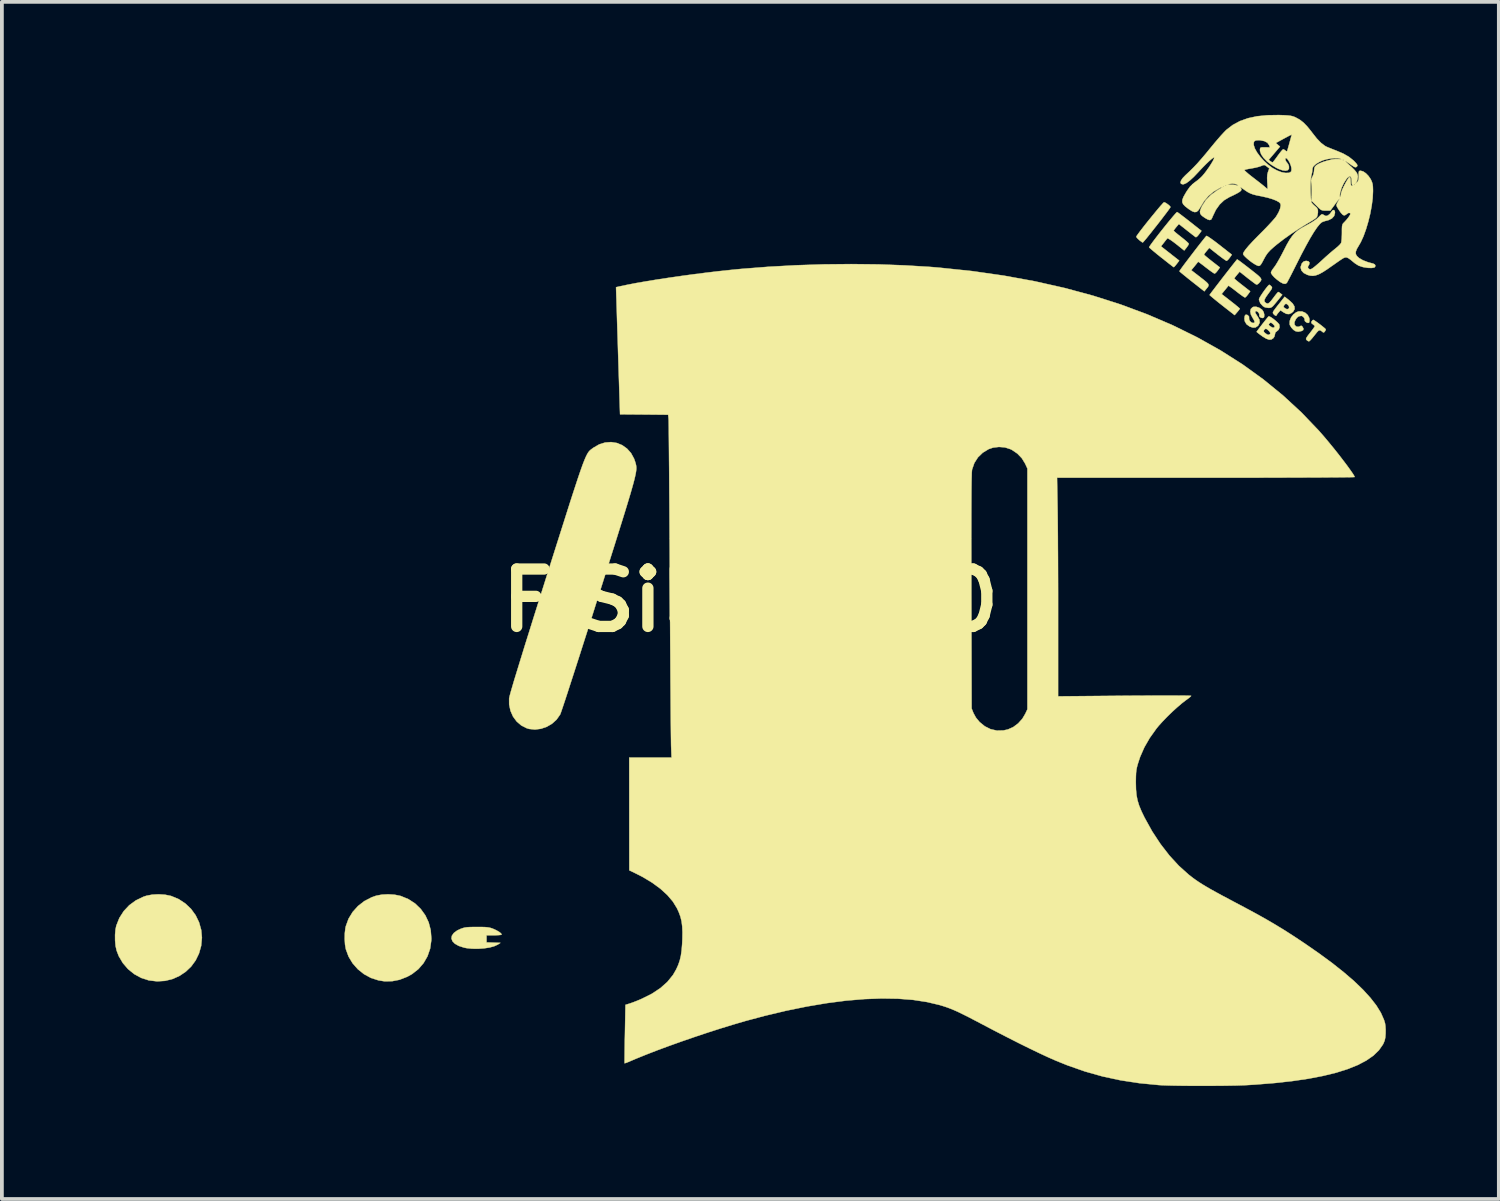
<source format=kicad_pcb>
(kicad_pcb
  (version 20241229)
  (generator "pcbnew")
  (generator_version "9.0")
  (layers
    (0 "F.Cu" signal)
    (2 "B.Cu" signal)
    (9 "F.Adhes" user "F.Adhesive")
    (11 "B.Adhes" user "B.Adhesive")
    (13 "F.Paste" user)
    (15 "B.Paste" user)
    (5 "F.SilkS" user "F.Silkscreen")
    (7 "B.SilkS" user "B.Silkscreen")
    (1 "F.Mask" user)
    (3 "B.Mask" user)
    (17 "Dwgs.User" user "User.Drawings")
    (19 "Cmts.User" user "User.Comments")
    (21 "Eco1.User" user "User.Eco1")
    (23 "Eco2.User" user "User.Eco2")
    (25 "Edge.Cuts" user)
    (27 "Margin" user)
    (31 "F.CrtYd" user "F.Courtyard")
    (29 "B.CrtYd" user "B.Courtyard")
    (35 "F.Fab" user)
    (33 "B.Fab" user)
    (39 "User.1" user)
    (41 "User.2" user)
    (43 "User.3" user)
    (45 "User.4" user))
  (footprint "F.SilkS_g20"
    (layer "F.Cu")
    (at 16.874 12.893)
    (property "Reference" "F.SilkS_g20" (at 0 0 0) (layer "F.SilkS") (effects (font (size 1.524 1.524) (thickness 0.3))))
    (attr through_hole)
    (fp_poly (pts (xy 11.018 -10.561) (xy 11.066 -10.531) (xy 11.114 -10.494) (xy 11.147 -10.46) (xy 11.154 -10.446) (xy 11.142 -10.424) (xy 11.107 -10.375) (xy 11.054 -10.303) (xy 10.987 -10.215) (xy 10.91 -10.114) (xy 10.827 -10.007) (xy 10.741 -9.898) (xy 10.658 -9.793) (xy 10.581 -9.696) (xy 10.515 -9.614) (xy 10.462 -9.552) (xy 10.428 -9.513) (xy 10.417 -9.504) (xy 10.394 -9.516) (xy 10.35 -9.548) (xy 10.324 -9.569) (xy 10.278 -9.612) (xy 10.25 -9.647) (xy 10.246 -9.659) (xy 10.26 -9.684) (xy 10.296 -9.735) (xy 10.35 -9.808) (xy 10.419 -9.897) (xy 10.498 -9.998) (xy 10.583 -10.104) (xy 10.669 -10.21) (xy 10.753 -10.312) (xy 10.829 -10.404) (xy 10.895 -10.481) (xy 10.946 -10.538) (xy 10.977 -10.569) (xy 10.984 -10.573) (xy 11.018 -10.561)) (stroke (width 0.01) (type solid)) (fill yes) (layer "F.SilkS"))
    (fp_poly (pts (xy 14.309 -7.967) (xy 14.398 -7.884) (xy 14.445 -7.807) (xy 14.45 -7.737) (xy 14.413 -7.671) (xy 14.367 -7.632) (xy 14.302 -7.603) (xy 14.233 -7.609) (xy 14.152 -7.652) (xy 14.074 -7.705) (xy 14.023 -7.646) (xy 13.989 -7.604) (xy 13.971 -7.575) (xy 13.971 -7.572) (xy 13.957 -7.557) (xy 13.926 -7.571) (xy 13.897 -7.598) (xy 13.881 -7.617) (xy 13.873 -7.635) (xy 13.877 -7.658) (xy 13.896 -7.693) (xy 13.933 -7.744) (xy 13.985 -7.811) (xy 14.155 -7.811) (xy 14.161 -7.787) (xy 14.188 -7.763) (xy 14.242 -7.734) (xy 14.284 -7.74) (xy 14.305 -7.777) (xy 14.295 -7.821) (xy 14.265 -7.854) (xy 14.228 -7.878) (xy 14.204 -7.872) (xy 14.179 -7.845) (xy 14.155 -7.811) (xy 13.985 -7.811) (xy 13.991 -7.819) (xy 14.039 -7.879) (xy 14.185 -8.064) (xy 14.309 -7.967)) (stroke (width 0.01) (type solid)) (fill yes) (layer "F.SilkS"))
    (fp_poly (pts (xy -15.542 7.813) (xy -15.386 7.845) (xy -15.377 7.848) (xy -15.18 7.93) (xy -15.004 8.046) (xy -14.852 8.19) (xy -14.729 8.359) (xy -14.638 8.548) (xy -14.581 8.752) (xy -14.563 8.954) (xy -14.583 9.17) (xy -14.64 9.372) (xy -14.729 9.556) (xy -14.848 9.719) (xy -14.993 9.857) (xy -15.159 9.969) (xy -15.344 10.051) (xy -15.543 10.1) (xy -15.753 10.113) (xy -15.97 10.087) (xy -15.976 10.086) (xy -16.176 10.021) (xy -16.361 9.92) (xy -16.525 9.787) (xy -16.663 9.626) (xy -16.771 9.443) (xy -16.828 9.295) (xy -16.855 9.173) (xy -16.868 9.028) (xy -16.869 8.877) (xy -16.857 8.736) (xy -16.836 8.635) (xy -16.755 8.431) (xy -16.639 8.249) (xy -16.492 8.092) (xy -16.317 7.964) (xy -16.118 7.868) (xy -16.034 7.84) (xy -15.883 7.811) (xy -15.714 7.802) (xy -15.542 7.813)) (stroke (width 0.01) (type solid)) (fill yes) (layer "F.SilkS"))
    (fp_poly (pts (xy -7.134 8.67) (xy -7.04 8.673) (xy -6.97 8.68) (xy -6.914 8.69) (xy -6.862 8.706) (xy -6.833 8.717) (xy -6.744 8.758) (xy -6.671 8.8) (xy -6.621 8.84) (xy -6.604 8.87) (xy -6.624 8.879) (xy -6.676 8.885) (xy -6.753 8.889) (xy -6.805 8.89) (xy -7.006 8.89) (xy -7.006 9.079) (xy -6.821 9.085) (xy -6.636 9.091) (xy -6.709 9.138) (xy -6.803 9.181) (xy -6.928 9.215) (xy -7.074 9.237) (xy -7.231 9.248) (xy -7.388 9.246) (xy -7.535 9.231) (xy -7.607 9.216) (xy -7.745 9.171) (xy -7.847 9.113) (xy -7.911 9.047) (xy -7.937 8.974) (xy -7.925 8.901) (xy -7.874 8.829) (xy -7.784 8.762) (xy -7.694 8.72) (xy -7.638 8.7) (xy -7.586 8.686) (xy -7.526 8.677) (xy -7.449 8.672) (xy -7.346 8.67) (xy -7.26 8.67) (xy -7.134 8.67)) (stroke (width 0.01) (type solid)) (fill yes) (layer "F.SilkS"))
    (fp_poly (pts (xy -9.446 7.813) (xy -9.29 7.845) (xy -9.281 7.848) (xy -9.08 7.931) (xy -8.903 8.046) (xy -8.753 8.191) (xy -8.631 8.36) (xy -8.542 8.549) (xy -8.488 8.756) (xy -8.471 8.975) (xy -8.473 9.028) (xy -8.504 9.246) (xy -8.574 9.448) (xy -8.679 9.63) (xy -8.817 9.789) (xy -8.986 9.921) (xy -9.112 9.991) (xy -9.317 10.071) (xy -9.517 10.11) (xy -9.721 10.111) (xy -9.876 10.086) (xy -10.075 10.022) (xy -10.259 9.922) (xy -10.423 9.791) (xy -10.562 9.633) (xy -10.669 9.455) (xy -10.741 9.26) (xy -10.741 9.26) (xy -10.763 9.135) (xy -10.772 8.988) (xy -10.769 8.837) (xy -10.753 8.7) (xy -10.741 8.647) (xy -10.669 8.45) (xy -10.56 8.271) (xy -10.419 8.114) (xy -10.251 7.983) (xy -10.058 7.883) (xy -9.938 7.84) (xy -9.787 7.811) (xy -9.618 7.802) (xy -9.446 7.813)) (stroke (width 0.01) (type solid)) (fill yes) (layer "F.SilkS"))
    (fp_poly (pts (xy 14.971 -7.438) (xy 15.018 -7.406) (xy 15.08 -7.362) (xy 15.146 -7.312) (xy 15.207 -7.263) (xy 15.254 -7.224) (xy 15.277 -7.2) (xy 15.277 -7.199) (xy 15.271 -7.173) (xy 15.253 -7.143) (xy 15.227 -7.115) (xy 15.202 -7.121) (xy 15.184 -7.136) (xy 15.146 -7.165) (xy 15.115 -7.175) (xy 15.083 -7.162) (xy 15.044 -7.123) (xy 14.988 -7.053) (xy 14.976 -7.038) (xy 14.921 -6.969) (xy 14.873 -6.915) (xy 14.839 -6.884) (xy 14.83 -6.879) (xy 14.796 -6.893) (xy 14.77 -6.914) (xy 14.756 -6.932) (xy 14.755 -6.954) (xy 14.771 -6.986) (xy 14.806 -7.037) (xy 14.861 -7.107) (xy 14.915 -7.177) (xy 14.957 -7.235) (xy 14.982 -7.273) (xy 14.986 -7.282) (xy 14.97 -7.303) (xy 14.933 -7.333) (xy 14.897 -7.363) (xy 14.894 -7.393) (xy 14.902 -7.409) (xy 14.928 -7.442) (xy 14.946 -7.451) (xy 14.971 -7.438)) (stroke (width 0.01) (type solid)) (fill yes) (layer "F.SilkS"))
    (fp_poly (pts (xy 14.648 -7.673) (xy 14.731 -7.639) (xy 14.798 -7.579) (xy 14.838 -7.501) (xy 14.845 -7.449) (xy 14.841 -7.4) (xy 14.831 -7.373) (xy 14.802 -7.369) (xy 14.762 -7.384) (xy 14.728 -7.41) (xy 14.717 -7.437) (xy 14.718 -7.438) (xy 14.714 -7.48) (xy 14.686 -7.524) (xy 14.645 -7.553) (xy 14.627 -7.556) (xy 14.562 -7.546) (xy 14.512 -7.508) (xy 14.476 -7.458) (xy 14.445 -7.385) (xy 14.448 -7.323) (xy 14.482 -7.281) (xy 14.51 -7.269) (xy 14.566 -7.268) (xy 14.595 -7.282) (xy 14.625 -7.296) (xy 14.652 -7.276) (xy 14.658 -7.269) (xy 14.686 -7.216) (xy 14.676 -7.178) (xy 14.635 -7.154) (xy 14.545 -7.136) (xy 14.478 -7.148) (xy 14.418 -7.186) (xy 14.362 -7.247) (xy 14.324 -7.313) (xy 14.318 -7.335) (xy 14.321 -7.424) (xy 14.356 -7.514) (xy 14.417 -7.594) (xy 14.494 -7.652) (xy 14.557 -7.675) (xy 14.648 -7.673)) (stroke (width 0.01) (type solid)) (fill yes) (layer "F.SilkS"))
    (fp_poly (pts (xy 13.803 -8.368) (xy 13.831 -8.341) (xy 13.847 -8.321) (xy 13.85 -8.299) (xy 13.838 -8.269) (xy 13.807 -8.222) (xy 13.754 -8.15) (xy 13.749 -8.143) (xy 13.687 -8.056) (xy 13.654 -7.994) (xy 13.646 -7.949) (xy 13.665 -7.917) (xy 13.699 -7.893) (xy 13.727 -7.883) (xy 13.754 -7.889) (xy 13.787 -7.914) (xy 13.832 -7.964) (xy 13.893 -8.044) (xy 13.906 -8.062) (xy 13.954 -8.124) (xy 13.992 -8.169) (xy 14.014 -8.19) (xy 14.015 -8.191) (xy 14.04 -8.179) (xy 14.075 -8.154) (xy 14.122 -8.116) (xy 13.982 -7.942) (xy 13.918 -7.865) (xy 13.873 -7.814) (xy 13.839 -7.786) (xy 13.807 -7.772) (xy 13.771 -7.768) (xy 13.752 -7.768) (xy 13.662 -7.783) (xy 13.607 -7.816) (xy 13.539 -7.892) (xy 13.507 -7.973) (xy 13.504 -7.998) (xy 13.516 -8.03) (xy 13.547 -8.083) (xy 13.591 -8.15) (xy 13.641 -8.222) (xy 13.692 -8.29) (xy 13.736 -8.345) (xy 13.768 -8.377) (xy 13.778 -8.382) (xy 13.803 -8.368)) (stroke (width 0.01) (type solid)) (fill yes) (layer "F.SilkS"))
    (fp_poly (pts (xy 13.433 -7.797) (xy 13.51 -7.772) (xy 13.577 -7.728) (xy 13.594 -7.711) (xy 13.628 -7.655) (xy 13.644 -7.588) (xy 13.64 -7.53) (xy 13.633 -7.515) (xy 13.602 -7.499) (xy 13.561 -7.506) (xy 13.525 -7.529) (xy 13.511 -7.561) (xy 13.513 -7.571) (xy 13.51 -7.611) (xy 13.482 -7.654) (xy 13.442 -7.681) (xy 13.427 -7.684) (xy 13.402 -7.67) (xy 13.409 -7.631) (xy 13.45 -7.565) (xy 13.463 -7.547) (xy 13.513 -7.459) (xy 13.522 -7.38) (xy 13.49 -7.31) (xy 13.474 -7.291) (xy 13.413 -7.249) (xy 13.343 -7.244) (xy 13.258 -7.273) (xy 13.254 -7.275) (xy 13.172 -7.335) (xy 13.126 -7.415) (xy 13.117 -7.487) (xy 13.127 -7.557) (xy 13.152 -7.588) (xy 13.194 -7.581) (xy 13.206 -7.574) (xy 13.24 -7.537) (xy 13.24 -7.499) (xy 13.244 -7.452) (xy 13.271 -7.408) (xy 13.311 -7.377) (xy 13.353 -7.366) (xy 13.386 -7.384) (xy 13.388 -7.387) (xy 13.384 -7.415) (xy 13.36 -7.464) (xy 13.336 -7.502) (xy 13.289 -7.592) (xy 13.273 -7.673) (xy 13.288 -7.74) (xy 13.333 -7.785) (xy 13.366 -7.798) (xy 13.433 -7.797)) (stroke (width 0.01) (type solid)) (fill yes) (layer "F.SilkS"))
    (fp_poly (pts (xy 13.783 -7.54) (xy 13.828 -7.516) (xy 13.885 -7.476) (xy 13.944 -7.428) (xy 13.997 -7.38) (xy 14.034 -7.339) (xy 14.045 -7.319) (xy 14.05 -7.249) (xy 14.023 -7.186) (xy 13.98 -7.15) (xy 13.938 -7.115) (xy 13.928 -7.066) (xy 13.913 -7.006) (xy 13.885 -6.964) (xy 13.833 -6.929) (xy 13.771 -6.925) (xy 13.695 -6.952) (xy 13.598 -7.01) (xy 13.582 -7.022) (xy 13.517 -7.07) (xy 13.468 -7.108) (xy 13.443 -7.13) (xy 13.442 -7.133) (xy 13.453 -7.152) (xy 13.627 -7.152) (xy 13.64 -7.124) (xy 13.67 -7.097) (xy 13.724 -7.059) (xy 13.763 -7.052) (xy 13.796 -7.074) (xy 13.807 -7.098) (xy 13.788 -7.132) (xy 13.765 -7.159) (xy 13.716 -7.203) (xy 13.682 -7.215) (xy 13.652 -7.195) (xy 13.64 -7.181) (xy 13.627 -7.152) (xy 13.453 -7.152) (xy 13.454 -7.152) (xy 13.486 -7.196) (xy 13.532 -7.257) (xy 13.587 -7.328) (xy 13.588 -7.33) (xy 13.762 -7.33) (xy 13.77 -7.307) (xy 13.801 -7.281) (xy 13.86 -7.245) (xy 13.901 -7.245) (xy 13.919 -7.264) (xy 13.915 -7.293) (xy 13.882 -7.333) (xy 13.875 -7.339) (xy 13.834 -7.371) (xy 13.809 -7.376) (xy 13.783 -7.358) (xy 13.782 -7.356) (xy 13.762 -7.33) (xy 13.588 -7.33) (xy 13.643 -7.4) (xy 13.694 -7.465) (xy 13.735 -7.516) (xy 13.759 -7.543) (xy 13.783 -7.54)) (stroke (width 0.01) (type solid)) (fill yes) (layer "F.SilkS"))
    (fp_poly (pts (xy 15.517 -10.338) (xy 15.522 -10.29) (xy 15.499 -10.209) (xy 15.44 -10.143) (xy 15.351 -10.099) (xy 15.337 -10.095) (xy 15.254 -10.073) (xy 15.2 -10.055) (xy 15.165 -10.037) (xy 15.136 -10.012) (xy 15.117 -9.993) (xy 15.047 -9.907) (xy 14.962 -9.782) (xy 14.864 -9.62) (xy 14.754 -9.422) (xy 14.631 -9.19) (xy 14.539 -9.008) (xy 14.468 -8.867) (xy 14.403 -8.737) (xy 14.345 -8.623) (xy 14.297 -8.532) (xy 14.263 -8.467) (xy 14.244 -8.434) (xy 14.242 -8.431) (xy 14.202 -8.406) (xy 14.145 -8.414) (xy 14.068 -8.455) (xy 14.063 -8.458) (xy 13.981 -8.519) (xy 13.909 -8.582) (xy 13.855 -8.642) (xy 13.825 -8.69) (xy 13.822 -8.705) (xy 13.835 -8.742) (xy 13.869 -8.797) (xy 13.905 -8.844) (xy 13.942 -8.896) (xy 13.992 -8.977) (xy 14.051 -9.08) (xy 14.113 -9.195) (xy 14.163 -9.292) (xy 14.244 -9.45) (xy 14.316 -9.575) (xy 14.384 -9.674) (xy 14.454 -9.755) (xy 14.533 -9.823) (xy 14.627 -9.886) (xy 14.742 -9.95) (xy 14.775 -9.967) (xy 14.913 -10.045) (xy 15.022 -10.119) (xy 15.085 -10.175) (xy 15.135 -10.226) (xy 15.166 -10.251) (xy 15.191 -10.253) (xy 15.22 -10.238) (xy 15.229 -10.232) (xy 15.274 -10.209) (xy 15.312 -10.213) (xy 15.338 -10.225) (xy 15.387 -10.265) (xy 15.423 -10.314) (xy 15.459 -10.36) (xy 15.494 -10.368) (xy 15.517 -10.338)) (stroke (width 0.01) (type solid)) (fill yes) (layer "F.SilkS"))
    (fp_poly (pts (xy 12.129 -9.673) (xy 12.177 -9.643) (xy 12.248 -9.594) (xy 12.336 -9.53) (xy 12.436 -9.453) (xy 12.454 -9.439) (xy 12.783 -9.181) (xy 12.726 -9.099) (xy 12.687 -9.051) (xy 12.654 -9.022) (xy 12.644 -9.017) (xy 12.62 -9.03) (xy 12.569 -9.064) (xy 12.499 -9.115) (xy 12.418 -9.177) (xy 12.402 -9.189) (xy 12.184 -9.362) (xy 12.114 -9.279) (xy 12.074 -9.23) (xy 12.049 -9.194) (xy 12.044 -9.184) (xy 12.06 -9.166) (xy 12.103 -9.129) (xy 12.167 -9.076) (xy 12.245 -9.014) (xy 12.255 -9.006) (xy 12.466 -8.842) (xy 12.408 -8.76) (xy 12.369 -8.712) (xy 12.336 -8.683) (xy 12.326 -8.679) (xy 12.301 -8.691) (xy 12.25 -8.725) (xy 12.181 -8.775) (xy 12.1 -8.837) (xy 12.097 -8.839) (xy 12.019 -8.9) (xy 11.954 -8.949) (xy 11.908 -8.982) (xy 11.888 -8.993) (xy 11.888 -8.993) (xy 11.873 -8.974) (xy 11.839 -8.931) (xy 11.795 -8.877) (xy 11.706 -8.769) (xy 11.947 -8.582) (xy 12.044 -8.507) (xy 12.11 -8.452) (xy 12.15 -8.411) (xy 12.165 -8.378) (xy 12.16 -8.347) (xy 12.137 -8.311) (xy 12.102 -8.269) (xy 12.053 -8.208) (xy 11.726 -8.466) (xy 11.625 -8.546) (xy 11.536 -8.618) (xy 11.464 -8.677) (xy 11.414 -8.719) (xy 11.392 -8.741) (xy 11.392 -8.742) (xy 11.403 -8.761) (xy 11.436 -8.808) (xy 11.487 -8.879) (xy 11.553 -8.967) (xy 11.629 -9.067) (xy 11.711 -9.175) (xy 11.795 -9.285) (xy 11.877 -9.391) (xy 11.954 -9.49) (xy 12.021 -9.574) (xy 12.074 -9.64) (xy 12.108 -9.68) (xy 12.129 -9.673)) (stroke (width 0.01) (type solid)) (fill yes) (layer "F.SilkS"))
    (fp_poly (pts (xy 11.353 -10.298) (xy 11.404 -10.261) (xy 11.476 -10.206) (xy 11.565 -10.138) (xy 11.664 -10.06) (xy 11.665 -10.06) (xy 11.977 -9.813) (xy 11.912 -9.723) (xy 11.871 -9.673) (xy 11.837 -9.647) (xy 11.824 -9.646) (xy 11.799 -9.664) (xy 11.748 -9.703) (xy 11.679 -9.757) (xy 11.597 -9.821) (xy 11.589 -9.828) (xy 11.377 -9.995) (xy 11.308 -9.915) (xy 11.269 -9.866) (xy 11.244 -9.829) (xy 11.239 -9.819) (xy 11.255 -9.8) (xy 11.298 -9.762) (xy 11.362 -9.709) (xy 11.44 -9.648) (xy 11.518 -9.586) (xy 11.582 -9.532) (xy 11.625 -9.491) (xy 11.641 -9.47) (xy 11.629 -9.44) (xy 11.598 -9.393) (xy 11.581 -9.369) (xy 11.519 -9.292) (xy 11.303 -9.464) (xy 11.222 -9.526) (xy 11.152 -9.575) (xy 11.1 -9.607) (xy 11.074 -9.618) (xy 11.072 -9.617) (xy 11.052 -9.592) (xy 11.014 -9.545) (xy 10.98 -9.501) (xy 10.902 -9.403) (xy 11.144 -9.213) (xy 11.386 -9.023) (xy 11.319 -8.935) (xy 11.279 -8.886) (xy 11.25 -8.855) (xy 11.24 -8.849) (xy 11.221 -8.862) (xy 11.174 -8.898) (xy 11.104 -8.952) (xy 11.018 -9.02) (xy 10.919 -9.098) (xy 10.911 -9.104) (xy 10.812 -9.183) (xy 10.725 -9.255) (xy 10.655 -9.314) (xy 10.607 -9.356) (xy 10.587 -9.376) (xy 10.587 -9.376) (xy 10.598 -9.399) (xy 10.631 -9.448) (xy 10.683 -9.519) (xy 10.75 -9.608) (xy 10.827 -9.708) (xy 10.91 -9.814) (xy 10.996 -9.922) (xy 11.08 -10.026) (xy 11.159 -10.122) (xy 11.227 -10.203) (xy 11.281 -10.265) (xy 11.317 -10.303) (xy 11.33 -10.312) (xy 11.353 -10.298)) (stroke (width 0.01) (type solid)) (fill yes) (layer "F.SilkS"))
    (fp_poly (pts (xy 12.941 -9.046) (xy 12.987 -9.014) (xy 13.056 -8.962) (xy 13.143 -8.896) (xy 13.242 -8.819) (xy 13.259 -8.806) (xy 13.374 -8.716) (xy 13.459 -8.648) (xy 13.516 -8.597) (xy 13.55 -8.558) (xy 13.564 -8.527) (xy 13.559 -8.499) (xy 13.54 -8.469) (xy 13.509 -8.432) (xy 13.505 -8.427) (xy 13.467 -8.395) (xy 13.436 -8.388) (xy 13.435 -8.388) (xy 13.409 -8.404) (xy 13.357 -8.442) (xy 13.287 -8.495) (xy 13.205 -8.558) (xy 13.199 -8.563) (xy 12.99 -8.729) (xy 12.919 -8.645) (xy 12.879 -8.596) (xy 12.854 -8.56) (xy 12.848 -8.55) (xy 12.864 -8.533) (xy 12.907 -8.495) (xy 12.971 -8.443) (xy 13.049 -8.381) (xy 13.06 -8.373) (xy 13.271 -8.208) (xy 13.213 -8.126) (xy 13.174 -8.078) (xy 13.142 -8.048) (xy 13.132 -8.044) (xy 13.108 -8.056) (xy 13.057 -8.09) (xy 12.988 -8.14) (xy 12.908 -8.201) (xy 12.904 -8.205) (xy 12.825 -8.266) (xy 12.759 -8.315) (xy 12.713 -8.347) (xy 12.693 -8.358) (xy 12.693 -8.358) (xy 12.678 -8.339) (xy 12.643 -8.296) (xy 12.6 -8.243) (xy 12.512 -8.136) (xy 12.754 -7.947) (xy 12.84 -7.88) (xy 12.912 -7.821) (xy 12.965 -7.777) (xy 12.993 -7.751) (xy 12.996 -7.748) (xy 12.982 -7.726) (xy 12.95 -7.685) (xy 12.926 -7.656) (xy 12.857 -7.576) (xy 12.525 -7.836) (xy 12.424 -7.916) (xy 12.335 -7.988) (xy 12.264 -8.047) (xy 12.215 -8.089) (xy 12.193 -8.11) (xy 12.193 -8.112) (xy 12.205 -8.13) (xy 12.239 -8.177) (xy 12.292 -8.246) (xy 12.358 -8.333) (xy 12.435 -8.433) (xy 12.517 -8.54) (xy 12.602 -8.65) (xy 12.685 -8.756) (xy 12.761 -8.854) (xy 12.828 -8.938) (xy 12.88 -9.004) (xy 12.915 -9.046) (xy 12.923 -9.056) (xy 12.941 -9.046)) (stroke (width 0.01) (type solid)) (fill yes) (layer "F.SilkS"))
    (fp_poly (pts (xy -3.546 -4.181) (xy -3.404 -4.123) (xy -3.276 -4.032) (xy -3.169 -3.912) (xy -3.088 -3.763) (xy -3.057 -3.673) (xy -3.048 -3.642) (xy -3.04 -3.612) (xy -3.034 -3.583) (xy -3.03 -3.551) (xy -3.028 -3.516) (xy -3.03 -3.474) (xy -3.036 -3.425) (xy -3.046 -3.366) (xy -3.061 -3.295) (xy -3.081 -3.211) (xy -3.107 -3.111) (xy -3.14 -2.993) (xy -3.179 -2.855) (xy -3.227 -2.696) (xy -3.282 -2.513) (xy -3.346 -2.305) (xy -3.419 -2.07) (xy -3.502 -1.805) (xy -3.595 -1.508) (xy -3.699 -1.179) (xy -3.814 -0.813) (xy -3.941 -0.411) (xy -4.021 -0.161) (xy -4.132 0.191) (xy -4.24 0.533) (xy -4.345 0.863) (xy -4.446 1.178) (xy -4.541 1.476) (xy -4.631 1.755) (xy -4.714 2.012) (xy -4.79 2.246) (xy -4.857 2.454) (xy -4.916 2.634) (xy -4.966 2.784) (xy -5.005 2.9) (xy -5.033 2.981) (xy -5.05 3.025) (xy -5.053 3.031) (xy -5.147 3.164) (xy -5.268 3.273) (xy -5.409 3.355) (xy -5.562 3.407) (xy -5.72 3.427) (xy -5.875 3.411) (xy -5.939 3.392) (xy -6.084 3.318) (xy -6.206 3.213) (xy -6.303 3.081) (xy -6.37 2.929) (xy -6.405 2.762) (xy -6.406 2.603) (xy -6.399 2.568) (xy -6.383 2.504) (xy -6.357 2.409) (xy -6.321 2.285) (xy -6.275 2.128) (xy -6.217 1.939) (xy -6.149 1.717) (xy -6.07 1.461) (xy -5.98 1.169) (xy -5.877 0.841) (xy -5.763 0.476) (xy -5.636 0.073) (xy -5.497 -0.368) (xy -5.41 -0.644) (xy -5.276 -1.068) (xy -5.154 -1.453) (xy -5.043 -1.802) (xy -4.943 -2.117) (xy -4.854 -2.398) (xy -4.774 -2.649) (xy -4.702 -2.871) (xy -4.638 -3.066) (xy -4.582 -3.236) (xy -4.532 -3.383) (xy -4.488 -3.509) (xy -4.45 -3.615) (xy -4.415 -3.704) (xy -4.385 -3.777) (xy -4.358 -3.837) (xy -4.333 -3.885) (xy -4.31 -3.924) (xy -4.288 -3.954) (xy -4.266 -3.979) (xy -4.243 -3.999) (xy -4.22 -4.017) (xy -4.195 -4.035) (xy -4.168 -4.055) (xy -4.166 -4.056) (xy -4.014 -4.144) (xy -3.857 -4.193) (xy -3.699 -4.205) (xy -3.546 -4.181)) (stroke (width 0.01) (type solid)) (fill yes) (layer "F.SilkS"))
    (fp_poly (pts (xy 3.401 -8.923) (xy 4.103 -8.897) (xy 4.779 -8.856) (xy 5.016 -8.836) (xy 5.887 -8.745) (xy 6.732 -8.624) (xy 7.549 -8.475) (xy 8.34 -8.297) (xy 9.102 -8.091) (xy 9.836 -7.857) (xy 10.542 -7.594) (xy 11.218 -7.304) (xy 11.864 -6.986) (xy 12.48 -6.641) (xy 13.066 -6.269) (xy 13.619 -5.87) (xy 14.141 -5.444) (xy 14.631 -4.992) (xy 15.088 -4.514) (xy 15.177 -4.413) (xy 15.279 -4.294) (xy 15.386 -4.165) (xy 15.496 -4.031) (xy 15.604 -3.895) (xy 15.707 -3.762) (xy 15.803 -3.636) (xy 15.887 -3.522) (xy 15.956 -3.425) (xy 16.008 -3.348) (xy 16.038 -3.297) (xy 16.044 -3.278) (xy 16.024 -3.276) (xy 15.962 -3.274) (xy 15.863 -3.272) (xy 15.728 -3.271) (xy 15.558 -3.269) (xy 15.357 -3.268) (xy 15.126 -3.266) (xy 14.867 -3.265) (xy 14.582 -3.264) (xy 14.273 -3.263) (xy 13.943 -3.262) (xy 13.594 -3.261) (xy 13.227 -3.26) (xy 12.844 -3.26) (xy 12.449 -3.26) (xy 12.093 -3.26) (xy 8.142 -3.26) (xy 8.156 -2.462) (xy 8.158 -2.323) (xy 8.16 -2.147) (xy 8.162 -1.936) (xy 8.164 -1.697) (xy 8.165 -1.433) (xy 8.167 -1.15) (xy 8.168 -0.851) (xy 8.169 -0.54) (xy 8.17 -0.223) (xy 8.17 0.095) (xy 8.17 0.412) (xy 8.17 0.44) (xy 8.17 2.546) (xy 9.938 2.53) (xy 10.207 2.528) (xy 10.464 2.527) (xy 10.705 2.525) (xy 10.928 2.525) (xy 11.129 2.525) (xy 11.304 2.525) (xy 11.452 2.526) (xy 11.569 2.527) (xy 11.651 2.529) (xy 11.696 2.531) (xy 11.704 2.533) (xy 11.688 2.552) (xy 11.644 2.589) (xy 11.581 2.636) (xy 11.552 2.656) (xy 11.452 2.734) (xy 11.333 2.836) (xy 11.204 2.953) (xy 11.074 3.079) (xy 10.953 3.204) (xy 10.847 3.321) (xy 10.784 3.397) (xy 10.604 3.649) (xy 10.46 3.899) (xy 10.347 4.156) (xy 10.283 4.352) (xy 10.263 4.428) (xy 10.249 4.5) (xy 10.24 4.579) (xy 10.236 4.677) (xy 10.234 4.804) (xy 10.234 4.837) (xy 10.238 5.015) (xy 10.252 5.168) (xy 10.279 5.308) (xy 10.321 5.445) (xy 10.382 5.593) (xy 10.464 5.763) (xy 10.467 5.768) (xy 10.668 6.131) (xy 10.889 6.467) (xy 11.125 6.772) (xy 11.375 7.044) (xy 11.635 7.278) (xy 11.747 7.365) (xy 11.827 7.423) (xy 11.911 7.48) (xy 12.002 7.538) (xy 12.105 7.6) (xy 12.224 7.669) (xy 12.365 7.747) (xy 12.531 7.838) (xy 12.729 7.943) (xy 12.859 8.012) (xy 13.127 8.154) (xy 13.365 8.282) (xy 13.577 8.399) (xy 13.77 8.509) (xy 13.951 8.616) (xy 14.126 8.722) (xy 14.302 8.833) (xy 14.485 8.952) (xy 14.681 9.083) (xy 14.69 9.088) (xy 15.084 9.361) (xy 15.439 9.621) (xy 15.753 9.87) (xy 16.029 10.107) (xy 16.264 10.333) (xy 16.461 10.549) (xy 16.62 10.753) (xy 16.74 10.948) (xy 16.822 11.133) (xy 16.85 11.224) (xy 16.861 11.299) (xy 16.867 11.397) (xy 16.866 11.499) (xy 16.866 11.5) (xy 16.858 11.602) (xy 16.842 11.679) (xy 16.815 11.748) (xy 16.795 11.789) (xy 16.688 11.942) (xy 16.542 12.084) (xy 16.355 12.214) (xy 16.127 12.334) (xy 15.859 12.442) (xy 15.551 12.539) (xy 15.202 12.624) (xy 14.812 12.699) (xy 14.382 12.762) (xy 13.91 12.814) (xy 13.399 12.855) (xy 13.166 12.869) (xy 13.043 12.874) (xy 12.888 12.879) (xy 12.707 12.882) (xy 12.506 12.885) (xy 12.292 12.886) (xy 12.07 12.887) (xy 11.847 12.887) (xy 11.63 12.886) (xy 11.424 12.884) (xy 11.236 12.881) (xy 11.072 12.877) (xy 10.938 12.872) (xy 10.848 12.867) (xy 10.324 12.816) (xy 9.827 12.74) (xy 9.349 12.637) (xy 8.881 12.505) (xy 8.416 12.342) (xy 8.109 12.218) (xy 7.913 12.132) (xy 7.683 12.025) (xy 7.423 11.9) (xy 7.135 11.758) (xy 6.822 11.599) (xy 6.488 11.427) (xy 6.17 11.26) (xy 5.966 11.153) (xy 5.794 11.063) (xy 5.648 10.99) (xy 5.523 10.929) (xy 5.414 10.88) (xy 5.315 10.839) (xy 5.222 10.804) (xy 5.128 10.773) (xy 5.029 10.743) (xy 5.027 10.742) (xy 4.689 10.662) (xy 4.319 10.605) (xy 3.917 10.574) (xy 3.486 10.567) (xy 3.027 10.584) (xy 2.542 10.625) (xy 2.032 10.691) (xy 1.499 10.781) (xy 0.944 10.894) (xy 0.37 11.031) (xy -0.131 11.165) (xy -0.444 11.257) (xy -0.775 11.358) (xy -1.118 11.468) (xy -1.466 11.584) (xy -1.811 11.703) (xy -2.147 11.823) (xy -2.467 11.941) (xy -2.763 12.056) (xy -3.03 12.164) (xy -3.164 12.221) (xy -3.24 12.254) (xy -3.3 12.277) (xy -3.335 12.288) (xy -3.34 12.288) (xy -3.341 12.267) (xy -3.341 12.207) (xy -3.34 12.115) (xy -3.339 11.994) (xy -3.337 11.85) (xy -3.335 11.688) (xy -3.331 11.512) (xy -3.331 11.509) (xy -3.317 10.737) (xy -3.198 10.7) (xy -3.126 10.675) (xy -3.03 10.638) (xy -2.928 10.596) (xy -2.879 10.574) (xy -2.615 10.442) (xy -2.389 10.292) (xy -2.203 10.126) (xy -2.054 9.942) (xy -1.97 9.796) (xy -1.916 9.677) (xy -1.876 9.56) (xy -1.846 9.435) (xy -1.826 9.293) (xy -1.812 9.124) (xy -1.806 8.996) (xy -1.803 8.809) (xy -1.81 8.654) (xy -1.827 8.52) (xy -1.857 8.397) (xy -1.902 8.275) (xy -1.95 8.171) (xy -2.058 7.995) (xy -2.205 7.822) (xy -2.389 7.654) (xy -2.607 7.494) (xy -2.854 7.345) (xy -3.01 7.265) (xy -3.215 7.165) (xy -3.216 5.667) (xy -3.217 4.17) (xy -2.093 4.17) (xy -2.105 3.868) (xy -2.106 3.817) (xy -2.107 3.725) (xy -2.109 3.595) (xy -2.111 3.43) (xy -2.113 3.231) (xy -2.115 3.001) (xy -2.117 2.742) (xy -2.119 2.457) (xy -2.122 2.147) (xy -2.124 1.814) (xy -2.126 1.462) (xy -2.129 1.091) (xy -2.131 0.706) (xy -2.134 0.306) (xy -2.136 -0.104) (xy -2.138 -0.523) (xy -2.139 -0.572) (xy -2.141 -0.989) (xy -2.143 -1.395) (xy -2.145 -1.647) (xy 5.865 -1.647) (xy 5.866 -1.285) (xy 5.866 -0.885) (xy 5.867 -0.444) (xy 5.867 -0.243) (xy 5.874 2.868) (xy 5.923 2.991) (xy 5.988 3.11) (xy 6.082 3.224) (xy 6.082 3.225) (xy 6.224 3.341) (xy 6.378 3.418) (xy 6.544 3.455) (xy 6.718 3.451) (xy 6.837 3.425) (xy 6.979 3.362) (xy 7.11 3.264) (xy 7.222 3.139) (xy 7.3 3.007) (xy 7.355 2.889) (xy 7.355 -3.503) (xy 7.294 -3.635) (xy 7.207 -3.777) (xy 7.087 -3.901) (xy 6.944 -3.998) (xy 6.905 -4.017) (xy 6.759 -4.064) (xy 6.6 -4.077) (xy 6.443 -4.058) (xy 6.325 -4.018) (xy 6.169 -3.923) (xy 6.042 -3.8) (xy 5.947 -3.652) (xy 5.888 -3.483) (xy 5.885 -3.471) (xy 5.882 -3.442) (xy 5.878 -3.39) (xy 5.876 -3.314) (xy 5.873 -3.211) (xy 5.871 -3.081) (xy 5.869 -2.923) (xy 5.868 -2.734) (xy 5.867 -2.513) (xy 5.866 -2.259) (xy 5.866 -1.971) (xy 5.865 -1.647) (xy -2.145 -1.647) (xy -2.146 -1.789) (xy -2.148 -2.169) (xy -2.15 -2.531) (xy -2.153 -2.875) (xy -2.155 -3.198) (xy -2.157 -3.498) (xy -2.16 -3.773) (xy -2.162 -4.021) (xy -2.164 -4.239) (xy -2.166 -4.426) (xy -2.167 -4.579) (xy -2.169 -4.697) (xy -2.17 -4.777) (xy -2.172 -4.817) (xy -2.172 -4.82) (xy -2.183 -4.931) (xy -2.822 -4.937) (xy -3.461 -4.942) (xy -3.507 -6.392) (xy -3.515 -6.644) (xy -3.522 -6.888) (xy -3.53 -7.122) (xy -3.537 -7.34) (xy -3.543 -7.539) (xy -3.548 -7.715) (xy -3.553 -7.862) (xy -3.556 -7.978) (xy -3.559 -8.057) (xy -3.56 -8.08) (xy -3.567 -8.317) (xy -3.471 -8.339) (xy -3.271 -8.381) (xy -3.034 -8.427) (xy -2.767 -8.473) (xy -2.475 -8.521) (xy -2.164 -8.568) (xy -1.84 -8.615) (xy -1.509 -8.66) (xy -1.177 -8.702) (xy -0.849 -8.741) (xy -0.531 -8.775) (xy -0.233 -8.804) (xy 0.482 -8.86) (xy 1.211 -8.9) (xy 1.946 -8.924) (xy 2.679 -8.931) (xy 3.401 -8.923)) (stroke (width 0.01) (type solid)) (fill yes) (layer "F.SilkS"))
    (fp_poly (pts (xy 14.058 -12.887) (xy 14.182 -12.883) (xy 14.273 -12.877) (xy 14.341 -12.869) (xy 14.394 -12.857) (xy 14.444 -12.84) (xy 14.481 -12.823) (xy 14.585 -12.766) (xy 14.683 -12.69) (xy 14.781 -12.59) (xy 14.887 -12.46) (xy 14.915 -12.422) (xy 15.038 -12.266) (xy 15.15 -12.15) (xy 15.252 -12.072) (xy 15.279 -12.056) (xy 15.325 -12.035) (xy 15.399 -12.005) (xy 15.489 -11.969) (xy 15.55 -11.946) (xy 15.739 -11.866) (xy 15.891 -11.779) (xy 16.014 -11.681) (xy 16.056 -11.638) (xy 16.099 -11.588) (xy 16.117 -11.556) (xy 16.113 -11.534) (xy 16.1 -11.519) (xy 16.079 -11.503) (xy 16.055 -11.503) (xy 16.017 -11.521) (xy 15.957 -11.561) (xy 15.944 -11.57) (xy 15.86 -11.628) (xy 15.809 -11.661) (xy 15.79 -11.67) (xy 15.802 -11.655) (xy 15.844 -11.616) (xy 15.864 -11.597) (xy 15.967 -11.504) (xy 16.04 -11.43) (xy 16.089 -11.371) (xy 16.116 -11.319) (xy 16.128 -11.27) (xy 16.129 -11.25) (xy 16.12 -11.18) (xy 16.098 -11.119) (xy 16.093 -11.112) (xy 16.058 -11.06) (xy 16.104 -11.1) (xy 16.13 -11.13) (xy 16.145 -11.172) (xy 16.15 -11.237) (xy 16.15 -11.275) (xy 16.151 -11.347) (xy 16.156 -11.388) (xy 16.17 -11.405) (xy 16.197 -11.409) (xy 16.205 -11.409) (xy 16.27 -11.391) (xy 16.342 -11.342) (xy 16.412 -11.27) (xy 16.47 -11.185) (xy 16.477 -11.171) (xy 16.503 -11.112) (xy 16.52 -11.056) (xy 16.528 -10.989) (xy 16.531 -10.899) (xy 16.531 -10.86) (xy 16.522 -10.678) (xy 16.496 -10.478) (xy 16.457 -10.267) (xy 16.405 -10.056) (xy 16.345 -9.854) (xy 16.278 -9.669) (xy 16.206 -9.512) (xy 16.159 -9.431) (xy 16.101 -9.332) (xy 16.073 -9.257) (xy 16.074 -9.197) (xy 16.104 -9.144) (xy 16.162 -9.091) (xy 16.266 -9.031) (xy 16.405 -8.978) (xy 16.536 -8.944) (xy 16.58 -8.921) (xy 16.596 -8.885) (xy 16.581 -8.851) (xy 16.561 -8.839) (xy 16.494 -8.828) (xy 16.398 -8.831) (xy 16.286 -8.848) (xy 16.251 -8.856) (xy 16.15 -8.89) (xy 16.057 -8.948) (xy 16.018 -8.979) (xy 15.936 -9.047) (xy 15.876 -9.089) (xy 15.831 -9.109) (xy 15.793 -9.109) (xy 15.754 -9.094) (xy 15.752 -9.093) (xy 15.713 -9.07) (xy 15.648 -9.027) (xy 15.566 -8.97) (xy 15.474 -8.905) (xy 15.45 -8.889) (xy 15.307 -8.788) (xy 15.189 -8.713) (xy 15.092 -8.661) (xy 15.009 -8.631) (xy 14.935 -8.619) (xy 14.864 -8.625) (xy 14.789 -8.645) (xy 14.785 -8.647) (xy 14.692 -8.694) (xy 14.633 -8.758) (xy 14.61 -8.834) (xy 14.613 -8.865) (xy 14.641 -8.948) (xy 14.691 -9) (xy 14.754 -9.017) (xy 14.817 -9.005) (xy 14.845 -8.971) (xy 14.836 -8.919) (xy 14.825 -8.901) (xy 14.802 -8.859) (xy 14.805 -8.833) (xy 14.821 -8.813) (xy 14.849 -8.793) (xy 14.879 -8.795) (xy 14.915 -8.812) (xy 14.953 -8.839) (xy 15.013 -8.888) (xy 15.089 -8.953) (xy 15.171 -9.027) (xy 15.187 -9.042) (xy 15.28 -9.127) (xy 15.375 -9.211) (xy 15.463 -9.286) (xy 15.532 -9.342) (xy 15.532 -9.342) (xy 15.599 -9.398) (xy 15.653 -9.451) (xy 15.684 -9.492) (xy 15.686 -9.497) (xy 15.694 -9.54) (xy 15.701 -9.613) (xy 15.705 -9.705) (xy 15.706 -9.766) (xy 15.706 -9.864) (xy 15.709 -9.93) (xy 15.717 -9.973) (xy 15.731 -10.003) (xy 15.755 -10.03) (xy 15.769 -10.043) (xy 15.822 -10.101) (xy 15.877 -10.169) (xy 15.889 -10.186) (xy 15.922 -10.239) (xy 15.931 -10.269) (xy 15.918 -10.287) (xy 15.916 -10.288) (xy 15.877 -10.289) (xy 15.842 -10.265) (xy 15.798 -10.234) (xy 15.764 -10.223) (xy 15.726 -10.242) (xy 15.677 -10.295) (xy 15.62 -10.376) (xy 15.588 -10.429) (xy 15.565 -10.473) (xy 15.561 -10.505) (xy 15.576 -10.544) (xy 15.597 -10.583) (xy 15.624 -10.633) (xy 15.638 -10.663) (xy 15.638 -10.668) (xy 15.624 -10.652) (xy 15.59 -10.609) (xy 15.543 -10.548) (xy 15.515 -10.509) (xy 15.399 -10.351) (xy 15.28 -10.351) (xy 15.222 -10.352) (xy 15.179 -10.359) (xy 15.141 -10.378) (xy 15.097 -10.416) (xy 15.034 -10.477) (xy 15.029 -10.482) (xy 14.897 -10.613) (xy 14.901 -10.725) (xy 15.648 -10.725) (xy 15.652 -10.707) (xy 15.661 -10.721) (xy 15.679 -10.778) (xy 15.683 -10.809) (xy 15.693 -10.851) (xy 15.718 -10.916) (xy 15.754 -10.993) (xy 15.795 -11.072) (xy 15.836 -11.146) (xy 15.873 -11.203) (xy 15.9 -11.236) (xy 15.908 -11.239) (xy 15.927 -11.228) (xy 15.936 -11.188) (xy 15.938 -11.123) (xy 15.941 -11.055) (xy 15.949 -11.02) (xy 15.967 -11.008) (xy 15.976 -11.007) (xy 15.998 -11.012) (xy 15.986 -11.024) (xy 15.978 -11.038) (xy 16.023 -11.038) (xy 16.034 -11.028) (xy 16.044 -11.038) (xy 16.034 -11.049) (xy 16.023 -11.038) (xy 15.978 -11.038) (xy 15.969 -11.055) (xy 15.963 -11.112) (xy 15.963 -11.126) (xy 15.958 -11.209) (xy 15.937 -11.253) (xy 15.902 -11.258) (xy 15.854 -11.223) (xy 15.823 -11.186) (xy 15.754 -11.077) (xy 15.697 -10.953) (xy 15.661 -10.832) (xy 15.652 -10.783) (xy 15.648 -10.725) (xy 14.901 -10.725) (xy 14.904 -10.805) (xy 14.905 -10.903) (xy 14.902 -10.997) (xy 14.896 -11.07) (xy 14.893 -11.086) (xy 14.886 -11.155) (xy 14.9 -11.21) (xy 14.921 -11.247) (xy 14.951 -11.316) (xy 14.965 -11.39) (xy 14.965 -11.397) (xy 14.971 -11.461) (xy 14.985 -11.513) (xy 14.987 -11.516) (xy 15.028 -11.559) (xy 15.103 -11.602) (xy 15.2 -11.643) (xy 15.31 -11.677) (xy 15.384 -11.695) (xy 15.727 -11.695) (xy 15.737 -11.684) (xy 15.748 -11.695) (xy 15.737 -11.705) (xy 15.727 -11.695) (xy 15.384 -11.695) (xy 15.423 -11.704) (xy 15.531 -11.718) (xy 15.622 -11.718) (xy 15.631 -11.717) (xy 15.681 -11.711) (xy 15.693 -11.713) (xy 15.671 -11.725) (xy 15.663 -11.728) (xy 15.601 -11.742) (xy 15.51 -11.743) (xy 15.406 -11.733) (xy 15.299 -11.714) (xy 15.204 -11.687) (xy 15.195 -11.684) (xy 15.113 -11.646) (xy 15.035 -11.601) (xy 14.999 -11.575) (xy 14.948 -11.526) (xy 14.926 -11.478) (xy 14.922 -11.434) (xy 14.913 -11.358) (xy 14.894 -11.282) (xy 14.894 -11.28) (xy 14.884 -11.229) (xy 14.877 -11.149) (xy 14.873 -11.047) (xy 14.872 -10.935) (xy 14.874 -10.822) (xy 14.879 -10.718) (xy 14.886 -10.633) (xy 14.896 -10.576) (xy 14.901 -10.563) (xy 14.932 -10.524) (xy 14.981 -10.478) (xy 14.997 -10.465) (xy 15.044 -10.42) (xy 15.068 -10.37) (xy 15.069 -10.301) (xy 15.057 -10.225) (xy 15.048 -10.196) (xy 15.029 -10.168) (xy 14.994 -10.137) (xy 14.937 -10.098) (xy 14.853 -10.047) (xy 14.787 -10.008) (xy 14.576 -9.878) (xy 14.363 -9.737) (xy 14.16 -9.593) (xy 13.979 -9.453) (xy 13.894 -9.382) (xy 13.804 -9.301) (xy 13.738 -9.229) (xy 13.684 -9.152) (xy 13.641 -9.075) (xy 13.592 -8.982) (xy 13.555 -8.921) (xy 13.525 -8.889) (xy 13.494 -8.882) (xy 13.455 -8.894) (xy 13.401 -8.922) (xy 13.398 -8.924) (xy 13.333 -8.965) (xy 13.261 -9.018) (xy 13.192 -9.075) (xy 13.133 -9.13) (xy 13.093 -9.175) (xy 13.081 -9.2) (xy 13.097 -9.245) (xy 13.147 -9.318) (xy 13.229 -9.417) (xy 13.344 -9.542) (xy 13.492 -9.693) (xy 13.547 -9.748) (xy 13.651 -9.853) (xy 13.749 -9.955) (xy 13.836 -10.049) (xy 13.906 -10.128) (xy 13.953 -10.185) (xy 13.963 -10.2) (xy 14.024 -10.304) (xy 14.064 -10.401) (xy 14.081 -10.483) (xy 14.075 -10.532) (xy 14.041 -10.572) (xy 13.969 -10.614) (xy 13.866 -10.655) (xy 13.737 -10.694) (xy 13.587 -10.728) (xy 13.569 -10.732) (xy 13.444 -10.756) (xy 13.35 -10.78) (xy 13.274 -10.808) (xy 13.204 -10.844) (xy 13.13 -10.893) (xy 13.081 -10.928) (xy 13.03 -10.963) (xy 13.003 -10.978) (xy 13.003 -10.971) (xy 13.006 -10.967) (xy 13.03 -10.936) (xy 13.038 -10.908) (xy 13.026 -10.881) (xy 12.991 -10.85) (xy 12.929 -10.813) (xy 12.836 -10.765) (xy 12.715 -10.708) (xy 12.577 -10.625) (xy 12.46 -10.514) (xy 12.359 -10.372) (xy 12.273 -10.193) (xy 12.258 -10.155) (xy 12.233 -10.113) (xy 12.196 -10.1) (xy 12.142 -10.116) (xy 12.065 -10.16) (xy 11.989 -10.214) (xy 11.947 -10.264) (xy 11.936 -10.32) (xy 11.954 -10.391) (xy 11.993 -10.475) (xy 12.092 -10.629) (xy 12.227 -10.768) (xy 12.391 -10.887) (xy 12.414 -10.901) (xy 12.479 -10.939) (xy 12.518 -10.967) (xy 12.53 -10.979) (xy 12.511 -10.975) (xy 12.462 -10.951) (xy 12.298 -10.854) (xy 12.164 -10.742) (xy 12.049 -10.607) (xy 11.946 -10.439) (xy 11.944 -10.435) (xy 11.896 -10.36) (xy 11.848 -10.318) (xy 11.794 -10.311) (xy 11.726 -10.336) (xy 11.637 -10.393) (xy 11.624 -10.403) (xy 11.543 -10.466) (xy 11.491 -10.521) (xy 11.467 -10.576) (xy 11.47 -10.638) (xy 11.499 -10.715) (xy 11.555 -10.814) (xy 11.589 -10.87) (xy 11.671 -10.985) (xy 11.683 -10.996) (xy 12.552 -10.996) (xy 12.562 -10.986) (xy 12.573 -10.996) (xy 12.562 -11.007) (xy 12.552 -10.996) (xy 11.683 -10.996) (xy 11.708 -11.021) (xy 12.601 -11.021) (xy 12.604 -11.008) (xy 12.615 -11.007) (xy 12.633 -11.014) (xy 12.629 -11.021) (xy 12.604 -11.023) (xy 12.601 -11.021) (xy 11.708 -11.021) (xy 11.724 -11.036) (xy 12.673 -11.036) (xy 12.693 -11.035) (xy 12.732 -11.039) (xy 12.805 -11.041) (xy 12.872 -11.032) (xy 12.88 -11.03) (xy 12.934 -11.014) (xy 12.953 -11.012) (xy 12.941 -11.025) (xy 12.923 -11.039) (xy 12.867 -11.061) (xy 12.792 -11.068) (xy 12.717 -11.057) (xy 12.689 -11.048) (xy 12.673 -11.036) (xy 11.724 -11.036) (xy 11.76 -11.071) (xy 11.798 -11.1) (xy 11.876 -11.158) (xy 11.953 -11.225) (xy 11.996 -11.268) (xy 12.054 -11.336) (xy 12.115 -11.416) (xy 12.126 -11.431) (xy 13.117 -11.431) (xy 13.127 -11.413) (xy 13.166 -11.376) (xy 13.227 -11.323) (xy 13.306 -11.26) (xy 13.34 -11.234) (xy 13.433 -11.162) (xy 13.521 -11.094) (xy 13.595 -11.035) (xy 13.646 -10.994) (xy 13.652 -10.988) (xy 13.697 -10.95) (xy 13.726 -10.926) (xy 13.732 -10.923) (xy 13.733 -10.942) (xy 13.731 -10.994) (xy 13.727 -11.069) (xy 13.724 -11.107) (xy 13.72 -11.22) (xy 13.725 -11.303) (xy 13.741 -11.371) (xy 13.745 -11.382) (xy 13.777 -11.471) (xy 13.712 -11.522) (xy 13.67 -11.553) (xy 13.638 -11.562) (xy 13.599 -11.552) (xy 13.56 -11.535) (xy 13.495 -11.513) (xy 13.407 -11.491) (xy 13.313 -11.473) (xy 13.303 -11.471) (xy 13.222 -11.458) (xy 13.158 -11.444) (xy 13.121 -11.433) (xy 13.117 -11.431) (xy 12.126 -11.431) (xy 12.176 -11.502) (xy 12.23 -11.586) (xy 12.275 -11.661) (xy 12.305 -11.72) (xy 12.315 -11.755) (xy 12.313 -11.761) (xy 12.291 -11.755) (xy 12.245 -11.721) (xy 12.18 -11.665) (xy 12.102 -11.591) (xy 12.014 -11.502) (xy 11.921 -11.404) (xy 11.904 -11.385) (xy 11.775 -11.249) (xy 11.666 -11.149) (xy 11.577 -11.083) (xy 11.507 -11.052) (xy 11.482 -11.049) (xy 11.435 -11.062) (xy 11.419 -11.096) (xy 11.434 -11.149) (xy 11.479 -11.215) (xy 11.548 -11.287) (xy 11.662 -11.394) (xy 11.766 -11.497) (xy 11.866 -11.602) (xy 11.969 -11.719) (xy 12.084 -11.854) (xy 12.21 -12.008) (xy 12.306 -12.124) (xy 12.319 -12.14) (xy 13.361 -12.14) (xy 13.365 -12.089) (xy 13.394 -12) (xy 13.452 -11.896) (xy 13.534 -11.785) (xy 13.633 -11.675) (xy 13.743 -11.573) (xy 13.858 -11.486) (xy 13.871 -11.478) (xy 13.987 -11.415) (xy 14.102 -11.371) (xy 14.208 -11.351) (xy 14.295 -11.354) (xy 14.332 -11.368) (xy 14.358 -11.39) (xy 14.367 -11.429) (xy 14.365 -11.484) (xy 14.351 -11.545) (xy 14.324 -11.614) (xy 14.289 -11.678) (xy 14.253 -11.727) (xy 14.223 -11.747) (xy 14.221 -11.748) (xy 14.204 -11.732) (xy 14.206 -11.696) (xy 14.225 -11.654) (xy 14.244 -11.632) (xy 14.279 -11.583) (xy 14.299 -11.533) (xy 14.3 -11.466) (xy 14.269 -11.425) (xy 14.211 -11.41) (xy 14.128 -11.421) (xy 14.024 -11.458) (xy 13.966 -11.486) (xy 13.832 -11.567) (xy 13.717 -11.657) (xy 13.677 -11.699) (xy 13.762 -11.699) (xy 13.808 -11.662) (xy 13.846 -11.638) (xy 13.869 -11.634) (xy 13.887 -11.654) (xy 13.924 -11.701) (xy 13.973 -11.767) (xy 14.005 -11.812) (xy 14.059 -11.884) (xy 14.104 -11.94) (xy 14.137 -11.974) (xy 14.147 -11.98) (xy 14.177 -11.967) (xy 14.206 -11.946) (xy 14.236 -11.924) (xy 14.252 -11.933) (xy 14.254 -11.94) (xy 14.265 -11.974) (xy 14.282 -12.035) (xy 14.304 -12.112) (xy 14.326 -12.193) (xy 14.347 -12.27) (xy 14.363 -12.331) (xy 14.372 -12.365) (xy 14.372 -12.368) (xy 14.355 -12.362) (xy 14.308 -12.34) (xy 14.239 -12.303) (xy 14.162 -12.262) (xy 13.951 -12.146) (xy 14.006 -12.098) (xy 14.062 -12.051) (xy 13.912 -11.875) (xy 13.762 -11.699) (xy 13.677 -11.699) (xy 13.625 -11.752) (xy 13.562 -11.845) (xy 13.531 -11.932) (xy 13.53 -11.977) (xy 13.536 -12.008) (xy 13.551 -12.025) (xy 13.587 -12.031) (xy 13.654 -12.032) (xy 13.665 -12.031) (xy 13.794 -12.03) (xy 13.771 -12.093) (xy 13.727 -12.154) (xy 13.648 -12.196) (xy 13.539 -12.218) (xy 13.499 -12.221) (xy 13.42 -12.215) (xy 13.376 -12.19) (xy 13.361 -12.14) (xy 12.319 -12.14) (xy 12.401 -12.237) (xy 12.49 -12.339) (xy 12.567 -12.423) (xy 12.626 -12.484) (xy 12.64 -12.497) (xy 12.807 -12.625) (xy 12.996 -12.727) (xy 13.211 -12.804) (xy 13.453 -12.856) (xy 13.726 -12.883) (xy 14.032 -12.888) (xy 14.058 -12.887)) (stroke (width 0.01) (type solid)) (fill yes) (layer "F.SilkS")))
  (gr_rect
    (start -3 -3)
    (end 36.746 28.785)
    (stroke (width 0.1) (type default))
    (fill no)
    (layer "Edge.Cuts")))
</source>
